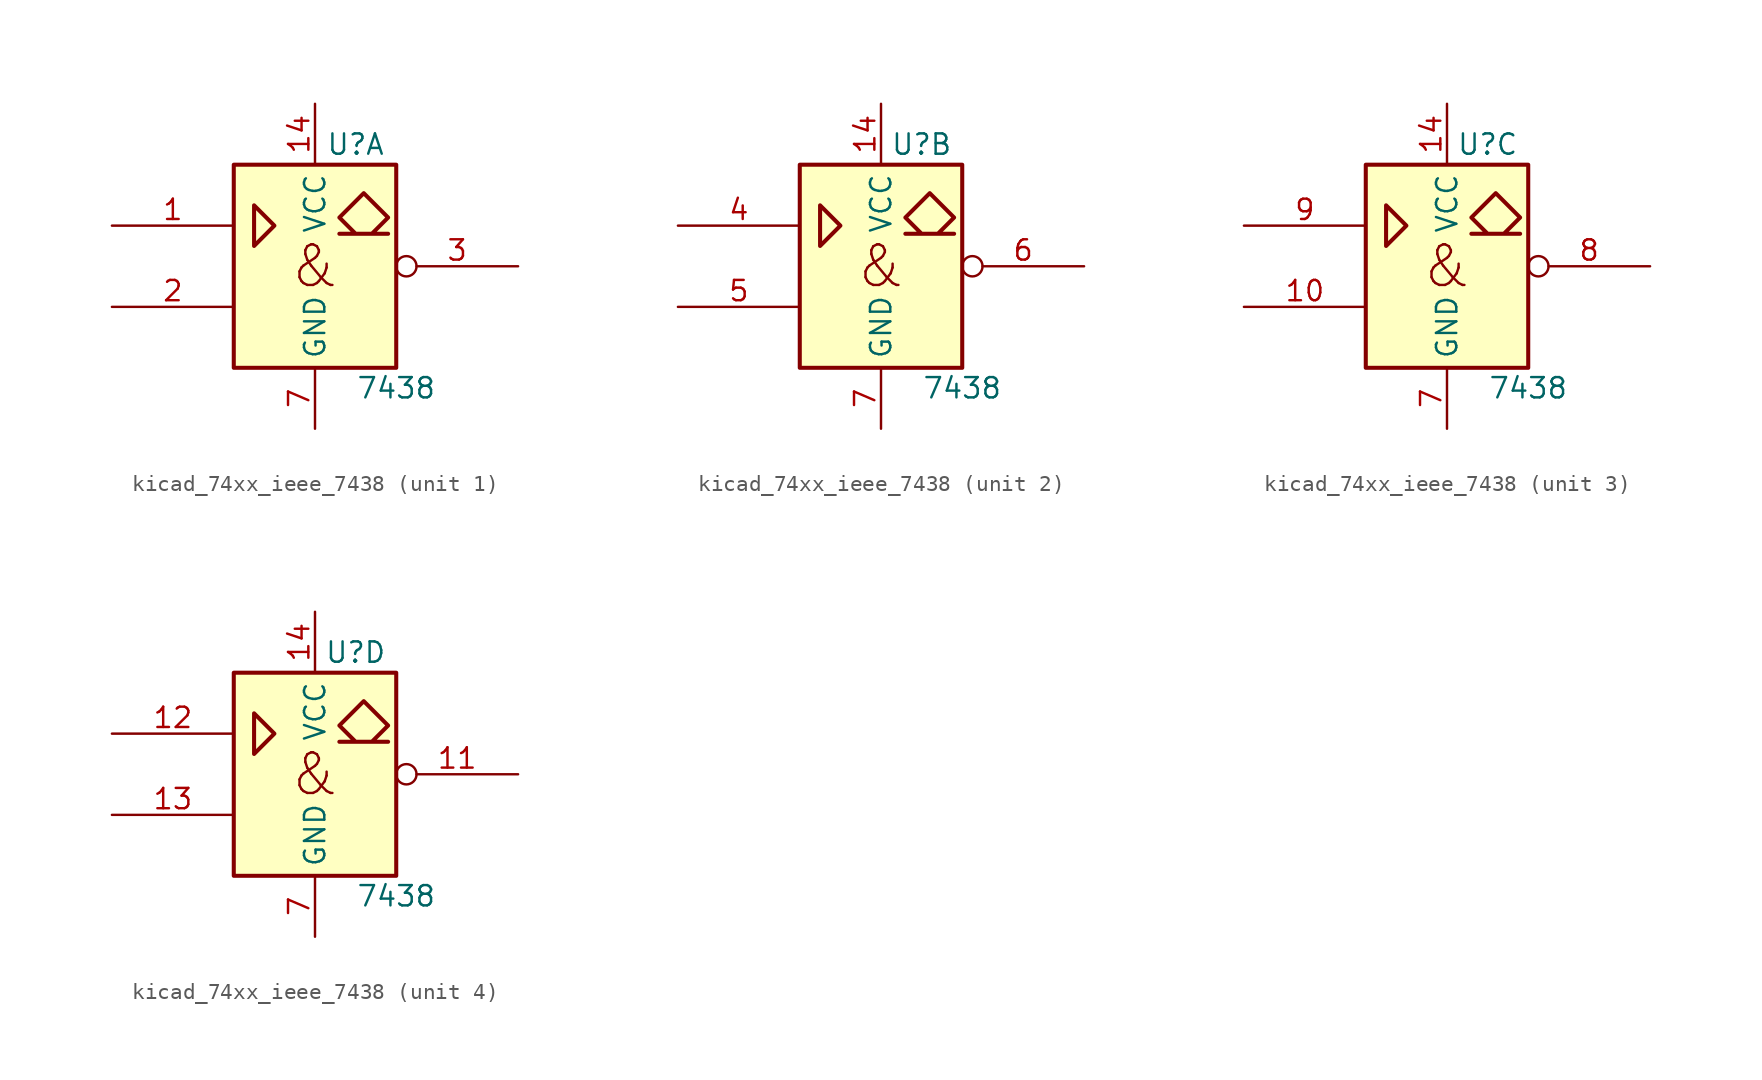
<source format=kicad_sym>
(kicad_symbol_lib
  (version 20220914)
  (generator kicad_symbol_editor)
  (symbol "kicad_74xx_ieee_7438"
    (property "Reference" "U"
      (at 2.54 7.62 0)
      (effects (font (size 1.27 1.27))))
    (property "Value" "7438"
      (at 5.08 -7.62 0)
      (effects (font (size 1.27 1.27))))
    (symbol "kicad_74xx_ieee_7438_0_0"
      (polyline (pts (xy -3.81 3.81) (xy -3.81 1.27) (xy -2.54 2.54) (xy -3.81 3.81) (xy -3.81 3.81)) (stroke (width 0.254) (type default)) (fill (type background)))
      (polyline (pts (xy 2.54 2.032) (xy 1.524 3.048) (xy 3.048 4.572) (xy 4.572 3.048) (xy 3.556 2.032) (xy 4.572 2.032) (xy 1.524 2.032) (xy 1.524 2.032)) (stroke (width 0.254) (type default)) (fill (type background)))
      (text "&" (at 0 0 0) (effects (font (size 2.54 2.54))))
      (pin power_in line (at 0 10.16 270) (length 3.81) (name "VCC" (effects (font (size 1.27 1.27)))) (number "14" (effects (font (size 1.27 1.27))))))
    (symbol "kicad_74xx_ieee_7438_0_1"
      (rectangle (start -5.08 6.35) (end 5.08 -6.35) (stroke (width 0.254) (type default)) (fill (type background)))
      (pin power_in line (at 0 -10.16 90) (length 3.81) (name "GND" (effects (font (size 1.27 1.27)))) (number "7" (effects (font (size 1.27 1.27))))))
    (symbol "kicad_74xx_ieee_7438_1_1"
      (pin input line (at -12.7 2.54 0) (length 7.62) (name "~" (effects (font (size 1.27 1.27)))) (number "1" (effects (font (size 1.27 1.27)))))
      (pin input line (at -12.7 -2.54 0) (length 7.62) (name "~" (effects (font (size 1.27 1.27)))) (number "2" (effects (font (size 1.27 1.27)))))
      (pin open_collector inverted (at 12.7 0 180) (length 7.62) (name "~" (effects (font (size 1.27 1.27)))) (number "3" (effects (font (size 1.27 1.27))))))
    (symbol "kicad_74xx_ieee_7438_2_1"
      (pin input line (at -12.7 2.54 0) (length 7.62) (name "~" (effects (font (size 1.27 1.27)))) (number "4" (effects (font (size 1.27 1.27)))))
      (pin input line (at -12.7 -2.54 0) (length 7.62) (name "~" (effects (font (size 1.27 1.27)))) (number "5" (effects (font (size 1.27 1.27)))))
      (pin open_collector inverted (at 12.7 0 180) (length 7.62) (name "~" (effects (font (size 1.27 1.27)))) (number "6" (effects (font (size 1.27 1.27))))))
    (symbol "kicad_74xx_ieee_7438_3_1"
      (pin input line (at -12.7 -2.54 0) (length 7.62) (name "~" (effects (font (size 1.27 1.27)))) (number "10" (effects (font (size 1.27 1.27)))))
      (pin open_collector inverted (at 12.7 0 180) (length 7.62) (name "~" (effects (font (size 1.27 1.27)))) (number "8" (effects (font (size 1.27 1.27)))))
      (pin input line (at -12.7 2.54 0) (length 7.62) (name "~" (effects (font (size 1.27 1.27)))) (number "9" (effects (font (size 1.27 1.27))))))
    (symbol "kicad_74xx_ieee_7438_4_1"
      (pin open_collector inverted (at 12.7 0 180) (length 7.62) (name "~" (effects (font (size 1.27 1.27)))) (number "11" (effects (font (size 1.27 1.27)))))
      (pin input line (at -12.7 2.54 0) (length 7.62) (name "~" (effects (font (size 1.27 1.27)))) (number "12" (effects (font (size 1.27 1.27)))))
      (pin input line (at -12.7 -2.54 0) (length 7.62) (name "~" (effects (font (size 1.27 1.27)))) (number "13" (effects (font (size 1.27 1.27))))))))
</source>
